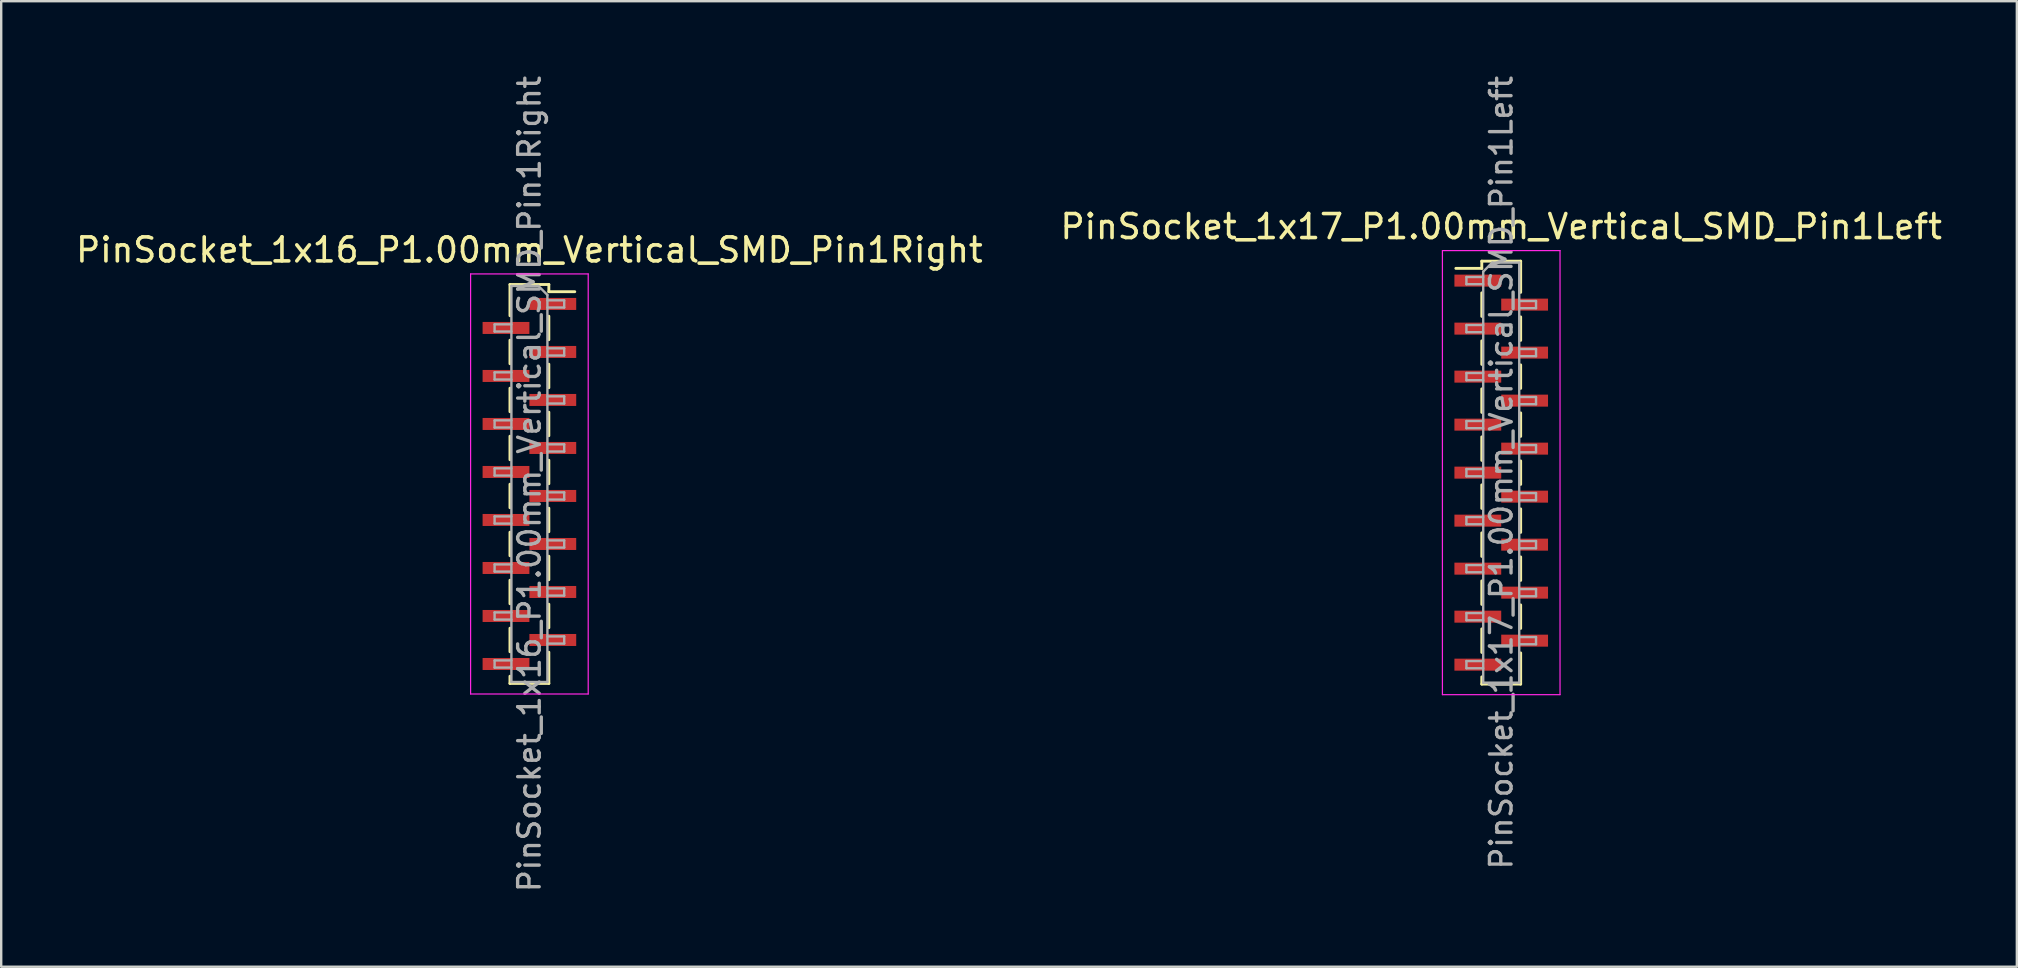
<source format=kicad_pcb>
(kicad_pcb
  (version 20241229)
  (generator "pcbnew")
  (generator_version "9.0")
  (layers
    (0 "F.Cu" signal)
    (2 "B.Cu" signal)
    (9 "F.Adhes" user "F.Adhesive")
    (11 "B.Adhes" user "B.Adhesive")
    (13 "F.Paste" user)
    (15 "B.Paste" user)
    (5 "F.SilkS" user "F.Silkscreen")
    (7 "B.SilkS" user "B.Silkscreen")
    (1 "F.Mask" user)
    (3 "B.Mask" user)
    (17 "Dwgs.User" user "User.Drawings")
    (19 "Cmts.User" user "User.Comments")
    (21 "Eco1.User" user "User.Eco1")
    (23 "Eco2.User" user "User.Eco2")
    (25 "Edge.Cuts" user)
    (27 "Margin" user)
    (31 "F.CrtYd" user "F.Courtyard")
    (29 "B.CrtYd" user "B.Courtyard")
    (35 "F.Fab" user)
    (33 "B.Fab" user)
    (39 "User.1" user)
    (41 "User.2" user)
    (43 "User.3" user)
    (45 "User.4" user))
  (footprint "PinSocket_1x17_P1.00mm_Vertical_SMD_Pin1Left"
    (layer "F.Cu")
    (at 59.494 16.641)
    (property "Reference" "PinSocket_1x17_P1.00mm_Vertical_SMD_Pin1Left" (at 0 -10.25 0) (layer "F.SilkS") (effects (font (size 1 1) (thickness 0.15))))
    (attr smd)
    (fp_line (start -1.89 -8.51) (end -0.81 -8.51) (stroke (width 0.12) (type solid)) (layer "F.SilkS"))
    (fp_line (start -0.81 -8.81) (end -0.81 -8.51) (stroke (width 0.12) (type solid)) (layer "F.SilkS"))
    (fp_line (start -0.81 -8.81) (end 0.81 -8.81) (stroke (width 0.12) (type solid)) (layer "F.SilkS"))
    (fp_line (start -0.81 -7.49) (end -0.81 -6.51) (stroke (width 0.12) (type solid)) (layer "F.SilkS"))
    (fp_line (start -0.81 -5.49) (end -0.81 -4.51) (stroke (width 0.12) (type solid)) (layer "F.SilkS"))
    (fp_line (start -0.81 -3.49) (end -0.81 -2.51) (stroke (width 0.12) (type solid)) (layer "F.SilkS"))
    (fp_line (start -0.81 -1.49) (end -0.81 -0.51) (stroke (width 0.12) (type solid)) (layer "F.SilkS"))
    (fp_line (start -0.81 0.51) (end -0.81 1.49) (stroke (width 0.12) (type solid)) (layer "F.SilkS"))
    (fp_line (start -0.81 2.51) (end -0.81 3.49) (stroke (width 0.12) (type solid)) (layer "F.SilkS"))
    (fp_line (start -0.81 4.51) (end -0.81 5.49) (stroke (width 0.12) (type solid)) (layer "F.SilkS"))
    (fp_line (start -0.81 6.51) (end -0.81 7.49) (stroke (width 0.12) (type solid)) (layer "F.SilkS"))
    (fp_line (start -0.81 8.51) (end -0.81 8.81) (stroke (width 0.12) (type solid)) (layer "F.SilkS"))
    (fp_line (start -0.81 8.81) (end 0.81 8.81) (stroke (width 0.12) (type solid)) (layer "F.SilkS"))
    (fp_line (start 0.81 -8.81) (end 0.81 -7.51) (stroke (width 0.12) (type solid)) (layer "F.SilkS"))
    (fp_line (start 0.81 -6.49) (end 0.81 -5.51) (stroke (width 0.12) (type solid)) (layer "F.SilkS"))
    (fp_line (start 0.81 -4.49) (end 0.81 -3.51) (stroke (width 0.12) (type solid)) (layer "F.SilkS"))
    (fp_line (start 0.81 -2.49) (end 0.81 -1.51) (stroke (width 0.12) (type solid)) (layer "F.SilkS"))
    (fp_line (start 0.81 -0.49) (end 0.81 0.49) (stroke (width 0.12) (type solid)) (layer "F.SilkS"))
    (fp_line (start 0.81 1.51) (end 0.81 2.49) (stroke (width 0.12) (type solid)) (layer "F.SilkS"))
    (fp_line (start 0.81 3.51) (end 0.81 4.49) (stroke (width 0.12) (type solid)) (layer "F.SilkS"))
    (fp_line (start 0.81 5.51) (end 0.81 6.49) (stroke (width 0.12) (type solid)) (layer "F.SilkS"))
    (fp_line (start 0.81 7.51) (end 0.81 8.81) (stroke (width 0.12) (type solid)) (layer "F.SilkS"))
    (fp_line (start -2.45 -9.25) (end 2.45 -9.25) (stroke (width 0.05) (type solid)) (layer "F.CrtYd"))
    (fp_line (start -2.45 9.25) (end -2.45 -9.25) (stroke (width 0.05) (type solid)) (layer "F.CrtYd"))
    (fp_line (start 2.45 -9.25) (end 2.45 9.25) (stroke (width 0.05) (type solid)) (layer "F.CrtYd"))
    (fp_line (start 2.45 9.25) (end -2.45 9.25) (stroke (width 0.05) (type solid)) (layer "F.CrtYd"))
    (fp_line (start -1.45 -8.15) (end -0.75 -8.15) (stroke (width 0.1) (type solid)) (layer "F.Fab"))
    (fp_line (start -1.45 -7.85) (end -1.45 -8.15) (stroke (width 0.1) (type solid)) (layer "F.Fab"))
    (fp_line (start -1.45 -6.15) (end -0.75 -6.15) (stroke (width 0.1) (type solid)) (layer "F.Fab"))
    (fp_line (start -1.45 -5.85) (end -1.45 -6.15) (stroke (width 0.1) (type solid)) (layer "F.Fab"))
    (fp_line (start -1.45 -4.15) (end -0.75 -4.15) (stroke (width 0.1) (type solid)) (layer "F.Fab"))
    (fp_line (start -1.45 -3.85) (end -1.45 -4.15) (stroke (width 0.1) (type solid)) (layer "F.Fab"))
    (fp_line (start -1.45 -2.15) (end -0.75 -2.15) (stroke (width 0.1) (type solid)) (layer "F.Fab"))
    (fp_line (start -1.45 -1.85) (end -1.45 -2.15) (stroke (width 0.1) (type solid)) (layer "F.Fab"))
    (fp_line (start -1.45 -0.15) (end -0.75 -0.15) (stroke (width 0.1) (type solid)) (layer "F.Fab"))
    (fp_line (start -1.45 0.15) (end -1.45 -0.15) (stroke (width 0.1) (type solid)) (layer "F.Fab"))
    (fp_line (start -1.45 1.85) (end -0.75 1.85) (stroke (width 0.1) (type solid)) (layer "F.Fab"))
    (fp_line (start -1.45 2.15) (end -1.45 1.85) (stroke (width 0.1) (type solid)) (layer "F.Fab"))
    (fp_line (start -1.45 3.85) (end -0.75 3.85) (stroke (width 0.1) (type solid)) (layer "F.Fab"))
    (fp_line (start -1.45 4.15) (end -1.45 3.85) (stroke (width 0.1) (type solid)) (layer "F.Fab"))
    (fp_line (start -1.45 5.85) (end -0.75 5.85) (stroke (width 0.1) (type solid)) (layer "F.Fab"))
    (fp_line (start -1.45 6.15) (end -1.45 5.85) (stroke (width 0.1) (type solid)) (layer "F.Fab"))
    (fp_line (start -1.45 7.85) (end -0.75 7.85) (stroke (width 0.1) (type solid)) (layer "F.Fab"))
    (fp_line (start -1.45 8.15) (end -1.45 7.85) (stroke (width 0.1) (type solid)) (layer "F.Fab"))
    (fp_line (start -0.75 -8.375) (end -0.375 -8.75) (stroke (width 0.1) (type solid)) (layer "F.Fab"))
    (fp_line (start -0.75 -7.85) (end -1.45 -7.85) (stroke (width 0.1) (type solid)) (layer "F.Fab"))
    (fp_line (start -0.75 -5.85) (end -1.45 -5.85) (stroke (width 0.1) (type solid)) (layer "F.Fab"))
    (fp_line (start -0.75 -3.85) (end -1.45 -3.85) (stroke (width 0.1) (type solid)) (layer "F.Fab"))
    (fp_line (start -0.75 -1.85) (end -1.45 -1.85) (stroke (width 0.1) (type solid)) (layer "F.Fab"))
    (fp_line (start -0.75 0.15) (end -1.45 0.15) (stroke (width 0.1) (type solid)) (layer "F.Fab"))
    (fp_line (start -0.75 2.15) (end -1.45 2.15) (stroke (width 0.1) (type solid)) (layer "F.Fab"))
    (fp_line (start -0.75 4.15) (end -1.45 4.15) (stroke (width 0.1) (type solid)) (layer "F.Fab"))
    (fp_line (start -0.75 6.15) (end -1.45 6.15) (stroke (width 0.1) (type solid)) (layer "F.Fab"))
    (fp_line (start -0.75 8.15) (end -1.45 8.15) (stroke (width 0.1) (type solid)) (layer "F.Fab"))
    (fp_line (start -0.75 8.75) (end -0.75 -8.375) (stroke (width 0.1) (type solid)) (layer "F.Fab"))
    (fp_line (start -0.375 -8.75) (end 0.75 -8.75) (stroke (width 0.1) (type solid)) (layer "F.Fab"))
    (fp_line (start 0.75 -8.75) (end 0.75 8.75) (stroke (width 0.1) (type solid)) (layer "F.Fab"))
    (fp_line (start 0.75 -7.15) (end 1.45 -7.15) (stroke (width 0.1) (type solid)) (layer "F.Fab"))
    (fp_line (start 0.75 -5.15) (end 1.45 -5.15) (stroke (width 0.1) (type solid)) (layer "F.Fab"))
    (fp_line (start 0.75 -3.15) (end 1.45 -3.15) (stroke (width 0.1) (type solid)) (layer "F.Fab"))
    (fp_line (start 0.75 -1.15) (end 1.45 -1.15) (stroke (width 0.1) (type solid)) (layer "F.Fab"))
    (fp_line (start 0.75 0.85) (end 1.45 0.85) (stroke (width 0.1) (type solid)) (layer "F.Fab"))
    (fp_line (start 0.75 2.85) (end 1.45 2.85) (stroke (width 0.1) (type solid)) (layer "F.Fab"))
    (fp_line (start 0.75 4.85) (end 1.45 4.85) (stroke (width 0.1) (type solid)) (layer "F.Fab"))
    (fp_line (start 0.75 6.85) (end 1.45 6.85) (stroke (width 0.1) (type solid)) (layer "F.Fab"))
    (fp_line (start 0.75 8.75) (end -0.75 8.75) (stroke (width 0.1) (type solid)) (layer "F.Fab"))
    (fp_line (start 1.45 -7.15) (end 1.45 -6.85) (stroke (width 0.1) (type solid)) (layer "F.Fab"))
    (fp_line (start 1.45 -6.85) (end 0.75 -6.85) (stroke (width 0.1) (type solid)) (layer "F.Fab"))
    (fp_line (start 1.45 -5.15) (end 1.45 -4.85) (stroke (width 0.1) (type solid)) (layer "F.Fab"))
    (fp_line (start 1.45 -4.85) (end 0.75 -4.85) (stroke (width 0.1) (type solid)) (layer "F.Fab"))
    (fp_line (start 1.45 -3.15) (end 1.45 -2.85) (stroke (width 0.1) (type solid)) (layer "F.Fab"))
    (fp_line (start 1.45 -2.85) (end 0.75 -2.85) (stroke (width 0.1) (type solid)) (layer "F.Fab"))
    (fp_line (start 1.45 -1.15) (end 1.45 -0.85) (stroke (width 0.1) (type solid)) (layer "F.Fab"))
    (fp_line (start 1.45 -0.85) (end 0.75 -0.85) (stroke (width 0.1) (type solid)) (layer "F.Fab"))
    (fp_line (start 1.45 0.85) (end 1.45 1.15) (stroke (width 0.1) (type solid)) (layer "F.Fab"))
    (fp_line (start 1.45 1.15) (end 0.75 1.15) (stroke (width 0.1) (type solid)) (layer "F.Fab"))
    (fp_line (start 1.45 2.85) (end 1.45 3.15) (stroke (width 0.1) (type solid)) (layer "F.Fab"))
    (fp_line (start 1.45 3.15) (end 0.75 3.15) (stroke (width 0.1) (type solid)) (layer "F.Fab"))
    (fp_line (start 1.45 4.85) (end 1.45 5.15) (stroke (width 0.1) (type solid)) (layer "F.Fab"))
    (fp_line (start 1.45 5.15) (end 0.75 5.15) (stroke (width 0.1) (type solid)) (layer "F.Fab"))
    (fp_line (start 1.45 6.85) (end 1.45 7.15) (stroke (width 0.1) (type solid)) (layer "F.Fab"))
    (fp_line (start 1.45 7.15) (end 0.75 7.15) (stroke (width 0.1) (type solid)) (layer "F.Fab"))
    (fp_text user "${REFERENCE}" (at 0 0 90) (layer "F.Fab") (effects (font (size 0.9 0.9) (thickness 0.14))))
    (pad "1" smd rect (at -0.975 -8) (size 1.95 0.5) (layers "F.Cu" "F.Mask" "F.Paste"))
    (pad "2" smd rect (at 0.975 -7) (size 1.95 0.5) (layers "F.Cu" "F.Mask" "F.Paste"))
    (pad "3" smd rect (at -0.975 -6) (size 1.95 0.5) (layers "F.Cu" "F.Mask" "F.Paste"))
    (pad "4" smd rect (at 0.975 -5) (size 1.95 0.5) (layers "F.Cu" "F.Mask" "F.Paste"))
    (pad "5" smd rect (at -0.975 -4) (size 1.95 0.5) (layers "F.Cu" "F.Mask" "F.Paste"))
    (pad "6" smd rect (at 0.975 -3) (size 1.95 0.5) (layers "F.Cu" "F.Mask" "F.Paste"))
    (pad "7" smd rect (at -0.975 -2) (size 1.95 0.5) (layers "F.Cu" "F.Mask" "F.Paste"))
    (pad "8" smd rect (at 0.975 -1) (size 1.95 0.5) (layers "F.Cu" "F.Mask" "F.Paste"))
    (pad "9" smd rect (at -0.975 0) (size 1.95 0.5) (layers "F.Cu" "F.Mask" "F.Paste"))
    (pad "10" smd rect (at 0.975 1) (size 1.95 0.5) (layers "F.Cu" "F.Mask" "F.Paste"))
    (pad "11" smd rect (at -0.975 2) (size 1.95 0.5) (layers "F.Cu" "F.Mask" "F.Paste"))
    (pad "12" smd rect (at 0.975 3) (size 1.95 0.5) (layers "F.Cu" "F.Mask" "F.Paste"))
    (pad "13" smd rect (at -0.975 4) (size 1.95 0.5) (layers "F.Cu" "F.Mask" "F.Paste"))
    (pad "14" smd rect (at 0.975 5) (size 1.95 0.5) (layers "F.Cu" "F.Mask" "F.Paste"))
    (pad "15" smd rect (at -0.975 6) (size 1.95 0.5) (layers "F.Cu" "F.Mask" "F.Paste"))
    (pad "16" smd rect (at 0.975 7) (size 1.95 0.5) (layers "F.Cu" "F.Mask" "F.Paste"))
    (pad "17" smd rect (at -0.975 8) (size 1.95 0.5) (layers "F.Cu" "F.Mask" "F.Paste")))
  (footprint "PinSocket_1x16_P1.00mm_Vertical_SMD_Pin1Right"
    (layer "F.Cu")
    (at 19.006 17.113)
    (property "Reference" "PinSocket_1x16_P1.00mm_Vertical_SMD_Pin1Right" (at 0 -9.75 0) (layer "F.SilkS") (effects (font (size 1 1) (thickness 0.15))))
    (attr smd)
    (fp_line (start -0.81 -8.31) (end -0.81 -7.01) (stroke (width 0.12) (type solid)) (layer "F.SilkS"))
    (fp_line (start -0.81 -8.31) (end 0.81 -8.31) (stroke (width 0.12) (type solid)) (layer "F.SilkS"))
    (fp_line (start -0.81 -5.99) (end -0.81 -5.01) (stroke (width 0.12) (type solid)) (layer "F.SilkS"))
    (fp_line (start -0.81 -3.99) (end -0.81 -3.01) (stroke (width 0.12) (type solid)) (layer "F.SilkS"))
    (fp_line (start -0.81 -1.99) (end -0.81 -1.01) (stroke (width 0.12) (type solid)) (layer "F.SilkS"))
    (fp_line (start -0.81 0.01) (end -0.81 0.99) (stroke (width 0.12) (type solid)) (layer "F.SilkS"))
    (fp_line (start -0.81 2.01) (end -0.81 2.99) (stroke (width 0.12) (type solid)) (layer "F.SilkS"))
    (fp_line (start -0.81 4.01) (end -0.81 4.99) (stroke (width 0.12) (type solid)) (layer "F.SilkS"))
    (fp_line (start -0.81 6.01) (end -0.81 6.99) (stroke (width 0.12) (type solid)) (layer "F.SilkS"))
    (fp_line (start -0.81 8.01) (end -0.81 8.31) (stroke (width 0.12) (type solid)) (layer "F.SilkS"))
    (fp_line (start -0.81 8.31) (end 0.81 8.31) (stroke (width 0.12) (type solid)) (layer "F.SilkS"))
    (fp_line (start 0.81 -8.31) (end 0.81 -8.01) (stroke (width 0.12) (type solid)) (layer "F.SilkS"))
    (fp_line (start 0.81 -8.01) (end 1.89 -8.01) (stroke (width 0.12) (type solid)) (layer "F.SilkS"))
    (fp_line (start 0.81 -6.99) (end 0.81 -6.01) (stroke (width 0.12) (type solid)) (layer "F.SilkS"))
    (fp_line (start 0.81 -4.99) (end 0.81 -4.01) (stroke (width 0.12) (type solid)) (layer "F.SilkS"))
    (fp_line (start 0.81 -2.99) (end 0.81 -2.01) (stroke (width 0.12) (type solid)) (layer "F.SilkS"))
    (fp_line (start 0.81 -0.99) (end 0.81 -0.01) (stroke (width 0.12) (type solid)) (layer "F.SilkS"))
    (fp_line (start 0.81 1.01) (end 0.81 1.99) (stroke (width 0.12) (type solid)) (layer "F.SilkS"))
    (fp_line (start 0.81 3.01) (end 0.81 3.99) (stroke (width 0.12) (type solid)) (layer "F.SilkS"))
    (fp_line (start 0.81 5.01) (end 0.81 5.99) (stroke (width 0.12) (type solid)) (layer "F.SilkS"))
    (fp_line (start 0.81 7.01) (end 0.81 8.31) (stroke (width 0.12) (type solid)) (layer "F.SilkS"))
    (fp_line (start -2.45 -8.75) (end 2.45 -8.75) (stroke (width 0.05) (type solid)) (layer "F.CrtYd"))
    (fp_line (start -2.45 8.75) (end -2.45 -8.75) (stroke (width 0.05) (type solid)) (layer "F.CrtYd"))
    (fp_line (start 2.45 -8.75) (end 2.45 8.75) (stroke (width 0.05) (type solid)) (layer "F.CrtYd"))
    (fp_line (start 2.45 8.75) (end -2.45 8.75) (stroke (width 0.05) (type solid)) (layer "F.CrtYd"))
    (fp_line (start -1.45 -6.65) (end -0.75 -6.65) (stroke (width 0.1) (type solid)) (layer "F.Fab"))
    (fp_line (start -1.45 -6.35) (end -1.45 -6.65) (stroke (width 0.1) (type solid)) (layer "F.Fab"))
    (fp_line (start -1.45 -4.65) (end -0.75 -4.65) (stroke (width 0.1) (type solid)) (layer "F.Fab"))
    (fp_line (start -1.45 -4.35) (end -1.45 -4.65) (stroke (width 0.1) (type solid)) (layer "F.Fab"))
    (fp_line (start -1.45 -2.65) (end -0.75 -2.65) (stroke (width 0.1) (type solid)) (layer "F.Fab"))
    (fp_line (start -1.45 -2.35) (end -1.45 -2.65) (stroke (width 0.1) (type solid)) (layer "F.Fab"))
    (fp_line (start -1.45 -0.65) (end -0.75 -0.65) (stroke (width 0.1) (type solid)) (layer "F.Fab"))
    (fp_line (start -1.45 -0.35) (end -1.45 -0.65) (stroke (width 0.1) (type solid)) (layer "F.Fab"))
    (fp_line (start -1.45 1.35) (end -0.75 1.35) (stroke (width 0.1) (type solid)) (layer "F.Fab"))
    (fp_line (start -1.45 1.65) (end -1.45 1.35) (stroke (width 0.1) (type solid)) (layer "F.Fab"))
    (fp_line (start -1.45 3.35) (end -0.75 3.35) (stroke (width 0.1) (type solid)) (layer "F.Fab"))
    (fp_line (start -1.45 3.65) (end -1.45 3.35) (stroke (width 0.1) (type solid)) (layer "F.Fab"))
    (fp_line (start -1.45 5.35) (end -0.75 5.35) (stroke (width 0.1) (type solid)) (layer "F.Fab"))
    (fp_line (start -1.45 5.65) (end -1.45 5.35) (stroke (width 0.1) (type solid)) (layer "F.Fab"))
    (fp_line (start -1.45 7.35) (end -0.75 7.35) (stroke (width 0.1) (type solid)) (layer "F.Fab"))
    (fp_line (start -1.45 7.65) (end -1.45 7.35) (stroke (width 0.1) (type solid)) (layer "F.Fab"))
    (fp_line (start -0.75 -8.25) (end 0.375 -8.25) (stroke (width 0.1) (type solid)) (layer "F.Fab"))
    (fp_line (start -0.75 -6.35) (end -1.45 -6.35) (stroke (width 0.1) (type solid)) (layer "F.Fab"))
    (fp_line (start -0.75 -4.35) (end -1.45 -4.35) (stroke (width 0.1) (type solid)) (layer "F.Fab"))
    (fp_line (start -0.75 -2.35) (end -1.45 -2.35) (stroke (width 0.1) (type solid)) (layer "F.Fab"))
    (fp_line (start -0.75 -0.35) (end -1.45 -0.35) (stroke (width 0.1) (type solid)) (layer "F.Fab"))
    (fp_line (start -0.75 1.65) (end -1.45 1.65) (stroke (width 0.1) (type solid)) (layer "F.Fab"))
    (fp_line (start -0.75 3.65) (end -1.45 3.65) (stroke (width 0.1) (type solid)) (layer "F.Fab"))
    (fp_line (start -0.75 5.65) (end -1.45 5.65) (stroke (width 0.1) (type solid)) (layer "F.Fab"))
    (fp_line (start -0.75 7.65) (end -1.45 7.65) (stroke (width 0.1) (type solid)) (layer "F.Fab"))
    (fp_line (start -0.75 8.25) (end -0.75 -8.25) (stroke (width 0.1) (type solid)) (layer "F.Fab"))
    (fp_line (start 0.375 -8.25) (end 0.75 -7.875) (stroke (width 0.1) (type solid)) (layer "F.Fab"))
    (fp_line (start 0.75 -7.875) (end 0.75 8.25) (stroke (width 0.1) (type solid)) (layer "F.Fab"))
    (fp_line (start 0.75 -7.65) (end 1.45 -7.65) (stroke (width 0.1) (type solid)) (layer "F.Fab"))
    (fp_line (start 0.75 -5.65) (end 1.45 -5.65) (stroke (width 0.1) (type solid)) (layer "F.Fab"))
    (fp_line (start 0.75 -3.65) (end 1.45 -3.65) (stroke (width 0.1) (type solid)) (layer "F.Fab"))
    (fp_line (start 0.75 -1.65) (end 1.45 -1.65) (stroke (width 0.1) (type solid)) (layer "F.Fab"))
    (fp_line (start 0.75 0.35) (end 1.45 0.35) (stroke (width 0.1) (type solid)) (layer "F.Fab"))
    (fp_line (start 0.75 2.35) (end 1.45 2.35) (stroke (width 0.1) (type solid)) (layer "F.Fab"))
    (fp_line (start 0.75 4.35) (end 1.45 4.35) (stroke (width 0.1) (type solid)) (layer "F.Fab"))
    (fp_line (start 0.75 6.35) (end 1.45 6.35) (stroke (width 0.1) (type solid)) (layer "F.Fab"))
    (fp_line (start 0.75 8.25) (end -0.75 8.25) (stroke (width 0.1) (type solid)) (layer "F.Fab"))
    (fp_line (start 1.45 -7.65) (end 1.45 -7.35) (stroke (width 0.1) (type solid)) (layer "F.Fab"))
    (fp_line (start 1.45 -7.35) (end 0.75 -7.35) (stroke (width 0.1) (type solid)) (layer "F.Fab"))
    (fp_line (start 1.45 -5.65) (end 1.45 -5.35) (stroke (width 0.1) (type solid)) (layer "F.Fab"))
    (fp_line (start 1.45 -5.35) (end 0.75 -5.35) (stroke (width 0.1) (type solid)) (layer "F.Fab"))
    (fp_line (start 1.45 -3.65) (end 1.45 -3.35) (stroke (width 0.1) (type solid)) (layer "F.Fab"))
    (fp_line (start 1.45 -3.35) (end 0.75 -3.35) (stroke (width 0.1) (type solid)) (layer "F.Fab"))
    (fp_line (start 1.45 -1.65) (end 1.45 -1.35) (stroke (width 0.1) (type solid)) (layer "F.Fab"))
    (fp_line (start 1.45 -1.35) (end 0.75 -1.35) (stroke (width 0.1) (type solid)) (layer "F.Fab"))
    (fp_line (start 1.45 0.35) (end 1.45 0.65) (stroke (width 0.1) (type solid)) (layer "F.Fab"))
    (fp_line (start 1.45 0.65) (end 0.75 0.65) (stroke (width 0.1) (type solid)) (layer "F.Fab"))
    (fp_line (start 1.45 2.35) (end 1.45 2.65) (stroke (width 0.1) (type solid)) (layer "F.Fab"))
    (fp_line (start 1.45 2.65) (end 0.75 2.65) (stroke (width 0.1) (type solid)) (layer "F.Fab"))
    (fp_line (start 1.45 4.35) (end 1.45 4.65) (stroke (width 0.1) (type solid)) (layer "F.Fab"))
    (fp_line (start 1.45 4.65) (end 0.75 4.65) (stroke (width 0.1) (type solid)) (layer "F.Fab"))
    (fp_line (start 1.45 6.35) (end 1.45 6.65) (stroke (width 0.1) (type solid)) (layer "F.Fab"))
    (fp_line (start 1.45 6.65) (end 0.75 6.65) (stroke (width 0.1) (type solid)) (layer "F.Fab"))
    (fp_text user "${REFERENCE}" (at 0 0 90) (layer "F.Fab") (effects (font (size 0.9 0.9) (thickness 0.14))))
    (pad "1" smd rect (at 0.975 -7.5) (size 1.95 0.5) (layers "F.Cu" "F.Mask" "F.Paste"))
    (pad "2" smd rect (at -0.975 -6.5) (size 1.95 0.5) (layers "F.Cu" "F.Mask" "F.Paste"))
    (pad "3" smd rect (at 0.975 -5.5) (size 1.95 0.5) (layers "F.Cu" "F.Mask" "F.Paste"))
    (pad "4" smd rect (at -0.975 -4.5) (size 1.95 0.5) (layers "F.Cu" "F.Mask" "F.Paste"))
    (pad "5" smd rect (at 0.975 -3.5) (size 1.95 0.5) (layers "F.Cu" "F.Mask" "F.Paste"))
    (pad "6" smd rect (at -0.975 -2.5) (size 1.95 0.5) (layers "F.Cu" "F.Mask" "F.Paste"))
    (pad "7" smd rect (at 0.975 -1.5) (size 1.95 0.5) (layers "F.Cu" "F.Mask" "F.Paste"))
    (pad "8" smd rect (at -0.975 -0.5) (size 1.95 0.5) (layers "F.Cu" "F.Mask" "F.Paste"))
    (pad "9" smd rect (at 0.975 0.5) (size 1.95 0.5) (layers "F.Cu" "F.Mask" "F.Paste"))
    (pad "10" smd rect (at -0.975 1.5) (size 1.95 0.5) (layers "F.Cu" "F.Mask" "F.Paste"))
    (pad "11" smd rect (at 0.975 2.5) (size 1.95 0.5) (layers "F.Cu" "F.Mask" "F.Paste"))
    (pad "12" smd rect (at -0.975 3.5) (size 1.95 0.5) (layers "F.Cu" "F.Mask" "F.Paste"))
    (pad "13" smd rect (at 0.975 4.5) (size 1.95 0.5) (layers "F.Cu" "F.Mask" "F.Paste"))
    (pad "14" smd rect (at -0.975 5.5) (size 1.95 0.5) (layers "F.Cu" "F.Mask" "F.Paste"))
    (pad "15" smd rect (at 0.975 6.5) (size 1.95 0.5) (layers "F.Cu" "F.Mask" "F.Paste"))
    (pad "16" smd rect (at -0.975 7.5) (size 1.95 0.5) (layers "F.Cu" "F.Mask" "F.Paste")))
  (gr_rect
    (start -3 -3)
    (end 80.976 37.226)
    (stroke (width 0.1) (type default))
    (fill no)
    (layer "Edge.Cuts")))
</source>
